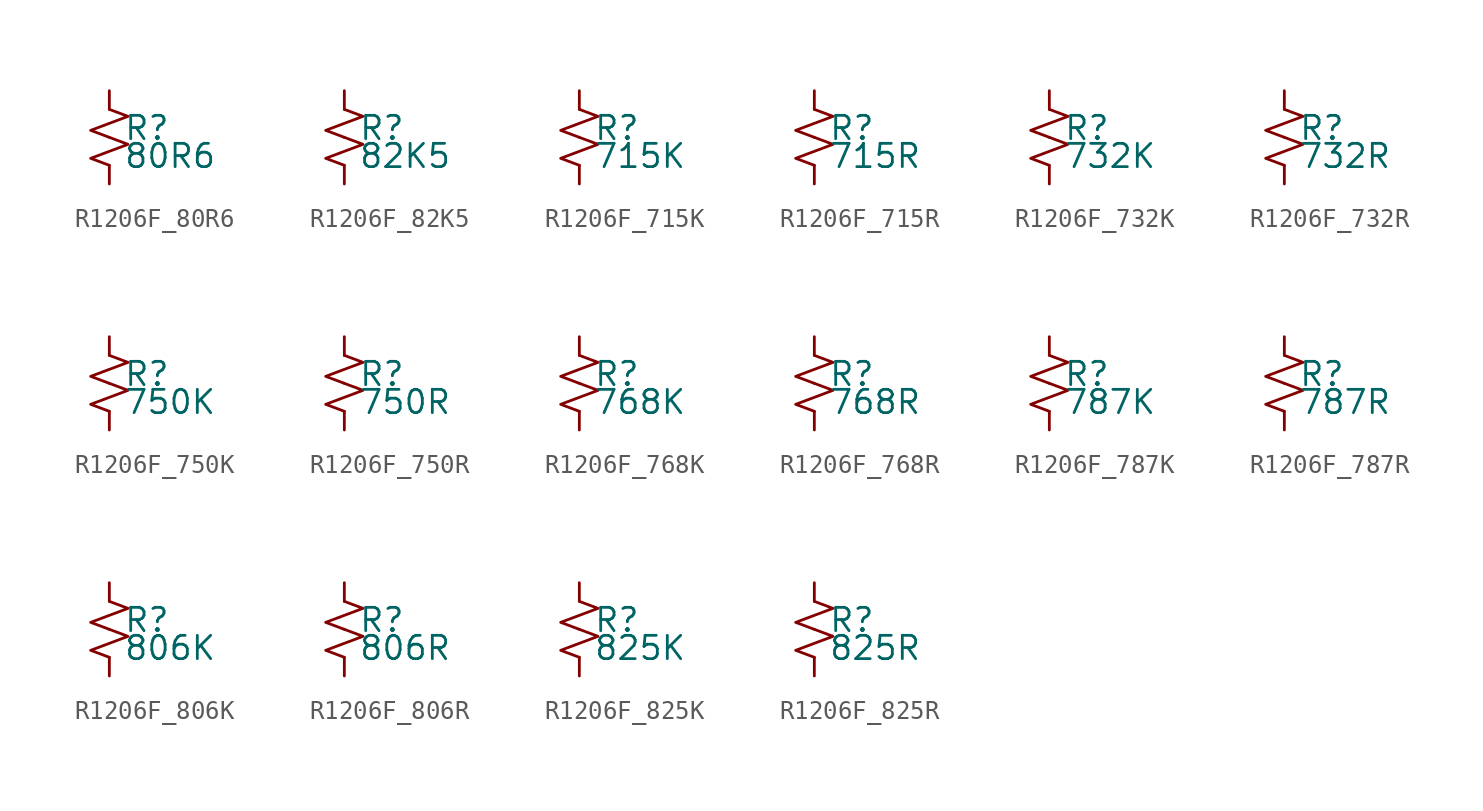
<source format=kicad_sym>
(kicad_symbol_lib
  (version 20220914)
  (generator kicad_symbol_editor)
  (symbol "R1206F_80R6"
    (pin_numbers hide)
    (pin_names
      (offset 0.254) hide)
    (property "Reference" "R"
      (at 0.762 0.508 0)
      (effects (font (size 1.27 1.27)) (justify left)))
    (property "Value" "80R6"
      (at 0.762 -1.016 0)
      (effects (font (size 1.27 1.27)) (justify left)))
    (symbol "R1206F_80R6_1_1"
      (polyline (pts (xy 0 0) (xy 1.016 -0.381) (xy 0 -0.762) (xy -1.016 -1.143) (xy 0 -1.524)) (stroke (width 0) (type default)) (fill (type none)))
      (polyline (pts (xy 0 1.524) (xy 1.016 1.143) (xy 0 0.762) (xy -1.016 0.381) (xy 0 0)) (stroke (width 0) (type default)) (fill (type none)))
      (pin passive line (at 0 2.54 270) (length 1.016) (name "~" (effects (font (size 1.27 1.27)))) (number "1" (effects (font (size 1.27 1.27)))))
      (pin passive line (at 0 -2.54 90) (length 1.016) (name "~" (effects (font (size 1.27 1.27)))) (number "2" (effects (font (size 1.27 1.27)))))))
  (symbol "R1206F_82K5"
    (pin_numbers hide)
    (pin_names
      (offset 0.254) hide)
    (property "Reference" "R"
      (at 0.762 0.508 0)
      (effects (font (size 1.27 1.27)) (justify left)))
    (property "Value" "82K5"
      (at 0.762 -1.016 0)
      (effects (font (size 1.27 1.27)) (justify left)))
    (symbol "R1206F_82K5_1_1"
      (polyline (pts (xy 0 0) (xy 1.016 -0.381) (xy 0 -0.762) (xy -1.016 -1.143) (xy 0 -1.524)) (stroke (width 0) (type default)) (fill (type none)))
      (polyline (pts (xy 0 1.524) (xy 1.016 1.143) (xy 0 0.762) (xy -1.016 0.381) (xy 0 0)) (stroke (width 0) (type default)) (fill (type none)))
      (pin passive line (at 0 2.54 270) (length 1.016) (name "~" (effects (font (size 1.27 1.27)))) (number "1" (effects (font (size 1.27 1.27)))))
      (pin passive line (at 0 -2.54 90) (length 1.016) (name "~" (effects (font (size 1.27 1.27)))) (number "2" (effects (font (size 1.27 1.27)))))))
  (symbol "R1206F_715K"
    (pin_numbers hide)
    (pin_names
      (offset 0.254) hide)
    (property "Reference" "R"
      (at 0.762 0.508 0)
      (effects (font (size 1.27 1.27)) (justify left)))
    (property "Value" "715K"
      (at 0.762 -1.016 0)
      (effects (font (size 1.27 1.27)) (justify left)))
    (symbol "R1206F_715K_1_1"
      (polyline (pts (xy 0 0) (xy 1.016 -0.381) (xy 0 -0.762) (xy -1.016 -1.143) (xy 0 -1.524)) (stroke (width 0) (type default)) (fill (type none)))
      (polyline (pts (xy 0 1.524) (xy 1.016 1.143) (xy 0 0.762) (xy -1.016 0.381) (xy 0 0)) (stroke (width 0) (type default)) (fill (type none)))
      (pin passive line (at 0 2.54 270) (length 1.016) (name "~" (effects (font (size 1.27 1.27)))) (number "1" (effects (font (size 1.27 1.27)))))
      (pin passive line (at 0 -2.54 90) (length 1.016) (name "~" (effects (font (size 1.27 1.27)))) (number "2" (effects (font (size 1.27 1.27)))))))
  (symbol "R1206F_715R"
    (pin_numbers hide)
    (pin_names
      (offset 0.254) hide)
    (property "Reference" "R"
      (at 0.762 0.508 0)
      (effects (font (size 1.27 1.27)) (justify left)))
    (property "Value" "715R"
      (at 0.762 -1.016 0)
      (effects (font (size 1.27 1.27)) (justify left)))
    (symbol "R1206F_715R_1_1"
      (polyline (pts (xy 0 0) (xy 1.016 -0.381) (xy 0 -0.762) (xy -1.016 -1.143) (xy 0 -1.524)) (stroke (width 0) (type default)) (fill (type none)))
      (polyline (pts (xy 0 1.524) (xy 1.016 1.143) (xy 0 0.762) (xy -1.016 0.381) (xy 0 0)) (stroke (width 0) (type default)) (fill (type none)))
      (pin passive line (at 0 2.54 270) (length 1.016) (name "~" (effects (font (size 1.27 1.27)))) (number "1" (effects (font (size 1.27 1.27)))))
      (pin passive line (at 0 -2.54 90) (length 1.016) (name "~" (effects (font (size 1.27 1.27)))) (number "2" (effects (font (size 1.27 1.27)))))))
  (symbol "R1206F_732K"
    (pin_numbers hide)
    (pin_names
      (offset 0.254) hide)
    (property "Reference" "R"
      (at 0.762 0.508 0)
      (effects (font (size 1.27 1.27)) (justify left)))
    (property "Value" "732K"
      (at 0.762 -1.016 0)
      (effects (font (size 1.27 1.27)) (justify left)))
    (symbol "R1206F_732K_1_1"
      (polyline (pts (xy 0 0) (xy 1.016 -0.381) (xy 0 -0.762) (xy -1.016 -1.143) (xy 0 -1.524)) (stroke (width 0) (type default)) (fill (type none)))
      (polyline (pts (xy 0 1.524) (xy 1.016 1.143) (xy 0 0.762) (xy -1.016 0.381) (xy 0 0)) (stroke (width 0) (type default)) (fill (type none)))
      (pin passive line (at 0 2.54 270) (length 1.016) (name "~" (effects (font (size 1.27 1.27)))) (number "1" (effects (font (size 1.27 1.27)))))
      (pin passive line (at 0 -2.54 90) (length 1.016) (name "~" (effects (font (size 1.27 1.27)))) (number "2" (effects (font (size 1.27 1.27)))))))
  (symbol "R1206F_732R"
    (pin_numbers hide)
    (pin_names
      (offset 0.254) hide)
    (property "Reference" "R"
      (at 0.762 0.508 0)
      (effects (font (size 1.27 1.27)) (justify left)))
    (property "Value" "732R"
      (at 0.762 -1.016 0)
      (effects (font (size 1.27 1.27)) (justify left)))
    (symbol "R1206F_732R_1_1"
      (polyline (pts (xy 0 0) (xy 1.016 -0.381) (xy 0 -0.762) (xy -1.016 -1.143) (xy 0 -1.524)) (stroke (width 0) (type default)) (fill (type none)))
      (polyline (pts (xy 0 1.524) (xy 1.016 1.143) (xy 0 0.762) (xy -1.016 0.381) (xy 0 0)) (stroke (width 0) (type default)) (fill (type none)))
      (pin passive line (at 0 2.54 270) (length 1.016) (name "~" (effects (font (size 1.27 1.27)))) (number "1" (effects (font (size 1.27 1.27)))))
      (pin passive line (at 0 -2.54 90) (length 1.016) (name "~" (effects (font (size 1.27 1.27)))) (number "2" (effects (font (size 1.27 1.27)))))))
  (symbol "R1206F_750K"
    (pin_numbers hide)
    (pin_names
      (offset 0.254) hide)
    (property "Reference" "R"
      (at 0.762 0.508 0)
      (effects (font (size 1.27 1.27)) (justify left)))
    (property "Value" "750K"
      (at 0.762 -1.016 0)
      (effects (font (size 1.27 1.27)) (justify left)))
    (symbol "R1206F_750K_1_1"
      (polyline (pts (xy 0 0) (xy 1.016 -0.381) (xy 0 -0.762) (xy -1.016 -1.143) (xy 0 -1.524)) (stroke (width 0) (type default)) (fill (type none)))
      (polyline (pts (xy 0 1.524) (xy 1.016 1.143) (xy 0 0.762) (xy -1.016 0.381) (xy 0 0)) (stroke (width 0) (type default)) (fill (type none)))
      (pin passive line (at 0 2.54 270) (length 1.016) (name "~" (effects (font (size 1.27 1.27)))) (number "1" (effects (font (size 1.27 1.27)))))
      (pin passive line (at 0 -2.54 90) (length 1.016) (name "~" (effects (font (size 1.27 1.27)))) (number "2" (effects (font (size 1.27 1.27)))))))
  (symbol "R1206F_750R"
    (pin_numbers hide)
    (pin_names
      (offset 0.254) hide)
    (property "Reference" "R"
      (at 0.762 0.508 0)
      (effects (font (size 1.27 1.27)) (justify left)))
    (property "Value" "750R"
      (at 0.762 -1.016 0)
      (effects (font (size 1.27 1.27)) (justify left)))
    (symbol "R1206F_750R_1_1"
      (polyline (pts (xy 0 0) (xy 1.016 -0.381) (xy 0 -0.762) (xy -1.016 -1.143) (xy 0 -1.524)) (stroke (width 0) (type default)) (fill (type none)))
      (polyline (pts (xy 0 1.524) (xy 1.016 1.143) (xy 0 0.762) (xy -1.016 0.381) (xy 0 0)) (stroke (width 0) (type default)) (fill (type none)))
      (pin passive line (at 0 2.54 270) (length 1.016) (name "~" (effects (font (size 1.27 1.27)))) (number "1" (effects (font (size 1.27 1.27)))))
      (pin passive line (at 0 -2.54 90) (length 1.016) (name "~" (effects (font (size 1.27 1.27)))) (number "2" (effects (font (size 1.27 1.27)))))))
  (symbol "R1206F_768K"
    (pin_numbers hide)
    (pin_names
      (offset 0.254) hide)
    (property "Reference" "R"
      (at 0.762 0.508 0)
      (effects (font (size 1.27 1.27)) (justify left)))
    (property "Value" "768K"
      (at 0.762 -1.016 0)
      (effects (font (size 1.27 1.27)) (justify left)))
    (symbol "R1206F_768K_1_1"
      (polyline (pts (xy 0 0) (xy 1.016 -0.381) (xy 0 -0.762) (xy -1.016 -1.143) (xy 0 -1.524)) (stroke (width 0) (type default)) (fill (type none)))
      (polyline (pts (xy 0 1.524) (xy 1.016 1.143) (xy 0 0.762) (xy -1.016 0.381) (xy 0 0)) (stroke (width 0) (type default)) (fill (type none)))
      (pin passive line (at 0 2.54 270) (length 1.016) (name "~" (effects (font (size 1.27 1.27)))) (number "1" (effects (font (size 1.27 1.27)))))
      (pin passive line (at 0 -2.54 90) (length 1.016) (name "~" (effects (font (size 1.27 1.27)))) (number "2" (effects (font (size 1.27 1.27)))))))
  (symbol "R1206F_768R"
    (pin_numbers hide)
    (pin_names
      (offset 0.254) hide)
    (property "Reference" "R"
      (at 0.762 0.508 0)
      (effects (font (size 1.27 1.27)) (justify left)))
    (property "Value" "768R"
      (at 0.762 -1.016 0)
      (effects (font (size 1.27 1.27)) (justify left)))
    (symbol "R1206F_768R_1_1"
      (polyline (pts (xy 0 0) (xy 1.016 -0.381) (xy 0 -0.762) (xy -1.016 -1.143) (xy 0 -1.524)) (stroke (width 0) (type default)) (fill (type none)))
      (polyline (pts (xy 0 1.524) (xy 1.016 1.143) (xy 0 0.762) (xy -1.016 0.381) (xy 0 0)) (stroke (width 0) (type default)) (fill (type none)))
      (pin passive line (at 0 2.54 270) (length 1.016) (name "~" (effects (font (size 1.27 1.27)))) (number "1" (effects (font (size 1.27 1.27)))))
      (pin passive line (at 0 -2.54 90) (length 1.016) (name "~" (effects (font (size 1.27 1.27)))) (number "2" (effects (font (size 1.27 1.27)))))))
  (symbol "R1206F_787K"
    (pin_numbers hide)
    (pin_names
      (offset 0.254) hide)
    (property "Reference" "R"
      (at 0.762 0.508 0)
      (effects (font (size 1.27 1.27)) (justify left)))
    (property "Value" "787K"
      (at 0.762 -1.016 0)
      (effects (font (size 1.27 1.27)) (justify left)))
    (symbol "R1206F_787K_1_1"
      (polyline (pts (xy 0 0) (xy 1.016 -0.381) (xy 0 -0.762) (xy -1.016 -1.143) (xy 0 -1.524)) (stroke (width 0) (type default)) (fill (type none)))
      (polyline (pts (xy 0 1.524) (xy 1.016 1.143) (xy 0 0.762) (xy -1.016 0.381) (xy 0 0)) (stroke (width 0) (type default)) (fill (type none)))
      (pin passive line (at 0 2.54 270) (length 1.016) (name "~" (effects (font (size 1.27 1.27)))) (number "1" (effects (font (size 1.27 1.27)))))
      (pin passive line (at 0 -2.54 90) (length 1.016) (name "~" (effects (font (size 1.27 1.27)))) (number "2" (effects (font (size 1.27 1.27)))))))
  (symbol "R1206F_787R"
    (pin_numbers hide)
    (pin_names
      (offset 0.254) hide)
    (property "Reference" "R"
      (at 0.762 0.508 0)
      (effects (font (size 1.27 1.27)) (justify left)))
    (property "Value" "787R"
      (at 0.762 -1.016 0)
      (effects (font (size 1.27 1.27)) (justify left)))
    (symbol "R1206F_787R_1_1"
      (polyline (pts (xy 0 0) (xy 1.016 -0.381) (xy 0 -0.762) (xy -1.016 -1.143) (xy 0 -1.524)) (stroke (width 0) (type default)) (fill (type none)))
      (polyline (pts (xy 0 1.524) (xy 1.016 1.143) (xy 0 0.762) (xy -1.016 0.381) (xy 0 0)) (stroke (width 0) (type default)) (fill (type none)))
      (pin passive line (at 0 2.54 270) (length 1.016) (name "~" (effects (font (size 1.27 1.27)))) (number "1" (effects (font (size 1.27 1.27)))))
      (pin passive line (at 0 -2.54 90) (length 1.016) (name "~" (effects (font (size 1.27 1.27)))) (number "2" (effects (font (size 1.27 1.27)))))))
  (symbol "R1206F_806K"
    (pin_numbers hide)
    (pin_names
      (offset 0.254) hide)
    (property "Reference" "R"
      (at 0.762 0.508 0)
      (effects (font (size 1.27 1.27)) (justify left)))
    (property "Value" "806K"
      (at 0.762 -1.016 0)
      (effects (font (size 1.27 1.27)) (justify left)))
    (symbol "R1206F_806K_1_1"
      (polyline (pts (xy 0 0) (xy 1.016 -0.381) (xy 0 -0.762) (xy -1.016 -1.143) (xy 0 -1.524)) (stroke (width 0) (type default)) (fill (type none)))
      (polyline (pts (xy 0 1.524) (xy 1.016 1.143) (xy 0 0.762) (xy -1.016 0.381) (xy 0 0)) (stroke (width 0) (type default)) (fill (type none)))
      (pin passive line (at 0 2.54 270) (length 1.016) (name "~" (effects (font (size 1.27 1.27)))) (number "1" (effects (font (size 1.27 1.27)))))
      (pin passive line (at 0 -2.54 90) (length 1.016) (name "~" (effects (font (size 1.27 1.27)))) (number "2" (effects (font (size 1.27 1.27)))))))
  (symbol "R1206F_806R"
    (pin_numbers hide)
    (pin_names
      (offset 0.254) hide)
    (property "Reference" "R"
      (at 0.762 0.508 0)
      (effects (font (size 1.27 1.27)) (justify left)))
    (property "Value" "806R"
      (at 0.762 -1.016 0)
      (effects (font (size 1.27 1.27)) (justify left)))
    (symbol "R1206F_806R_1_1"
      (polyline (pts (xy 0 0) (xy 1.016 -0.381) (xy 0 -0.762) (xy -1.016 -1.143) (xy 0 -1.524)) (stroke (width 0) (type default)) (fill (type none)))
      (polyline (pts (xy 0 1.524) (xy 1.016 1.143) (xy 0 0.762) (xy -1.016 0.381) (xy 0 0)) (stroke (width 0) (type default)) (fill (type none)))
      (pin passive line (at 0 2.54 270) (length 1.016) (name "~" (effects (font (size 1.27 1.27)))) (number "1" (effects (font (size 1.27 1.27)))))
      (pin passive line (at 0 -2.54 90) (length 1.016) (name "~" (effects (font (size 1.27 1.27)))) (number "2" (effects (font (size 1.27 1.27)))))))
  (symbol "R1206F_825K"
    (pin_numbers hide)
    (pin_names
      (offset 0.254) hide)
    (property "Reference" "R"
      (at 0.762 0.508 0)
      (effects (font (size 1.27 1.27)) (justify left)))
    (property "Value" "825K"
      (at 0.762 -1.016 0)
      (effects (font (size 1.27 1.27)) (justify left)))
    (symbol "R1206F_825K_1_1"
      (polyline (pts (xy 0 0) (xy 1.016 -0.381) (xy 0 -0.762) (xy -1.016 -1.143) (xy 0 -1.524)) (stroke (width 0) (type default)) (fill (type none)))
      (polyline (pts (xy 0 1.524) (xy 1.016 1.143) (xy 0 0.762) (xy -1.016 0.381) (xy 0 0)) (stroke (width 0) (type default)) (fill (type none)))
      (pin passive line (at 0 2.54 270) (length 1.016) (name "~" (effects (font (size 1.27 1.27)))) (number "1" (effects (font (size 1.27 1.27)))))
      (pin passive line (at 0 -2.54 90) (length 1.016) (name "~" (effects (font (size 1.27 1.27)))) (number "2" (effects (font (size 1.27 1.27)))))))
  (symbol "R1206F_825R"
    (pin_numbers hide)
    (pin_names
      (offset 0.254) hide)
    (property "Reference" "R"
      (at 0.762 0.508 0)
      (effects (font (size 1.27 1.27)) (justify left)))
    (property "Value" "825R"
      (at 0.762 -1.016 0)
      (effects (font (size 1.27 1.27)) (justify left)))
    (symbol "R1206F_825R_1_1"
      (polyline (pts (xy 0 0) (xy 1.016 -0.381) (xy 0 -0.762) (xy -1.016 -1.143) (xy 0 -1.524)) (stroke (width 0) (type default)) (fill (type none)))
      (polyline (pts (xy 0 1.524) (xy 1.016 1.143) (xy 0 0.762) (xy -1.016 0.381) (xy 0 0)) (stroke (width 0) (type default)) (fill (type none)))
      (pin passive line (at 0 2.54 270) (length 1.016) (name "~" (effects (font (size 1.27 1.27)))) (number "1" (effects (font (size 1.27 1.27)))))
      (pin passive line (at 0 -2.54 90) (length 1.016) (name "~" (effects (font (size 1.27 1.27)))) (number "2" (effects (font (size 1.27 1.27))))))))
</source>
